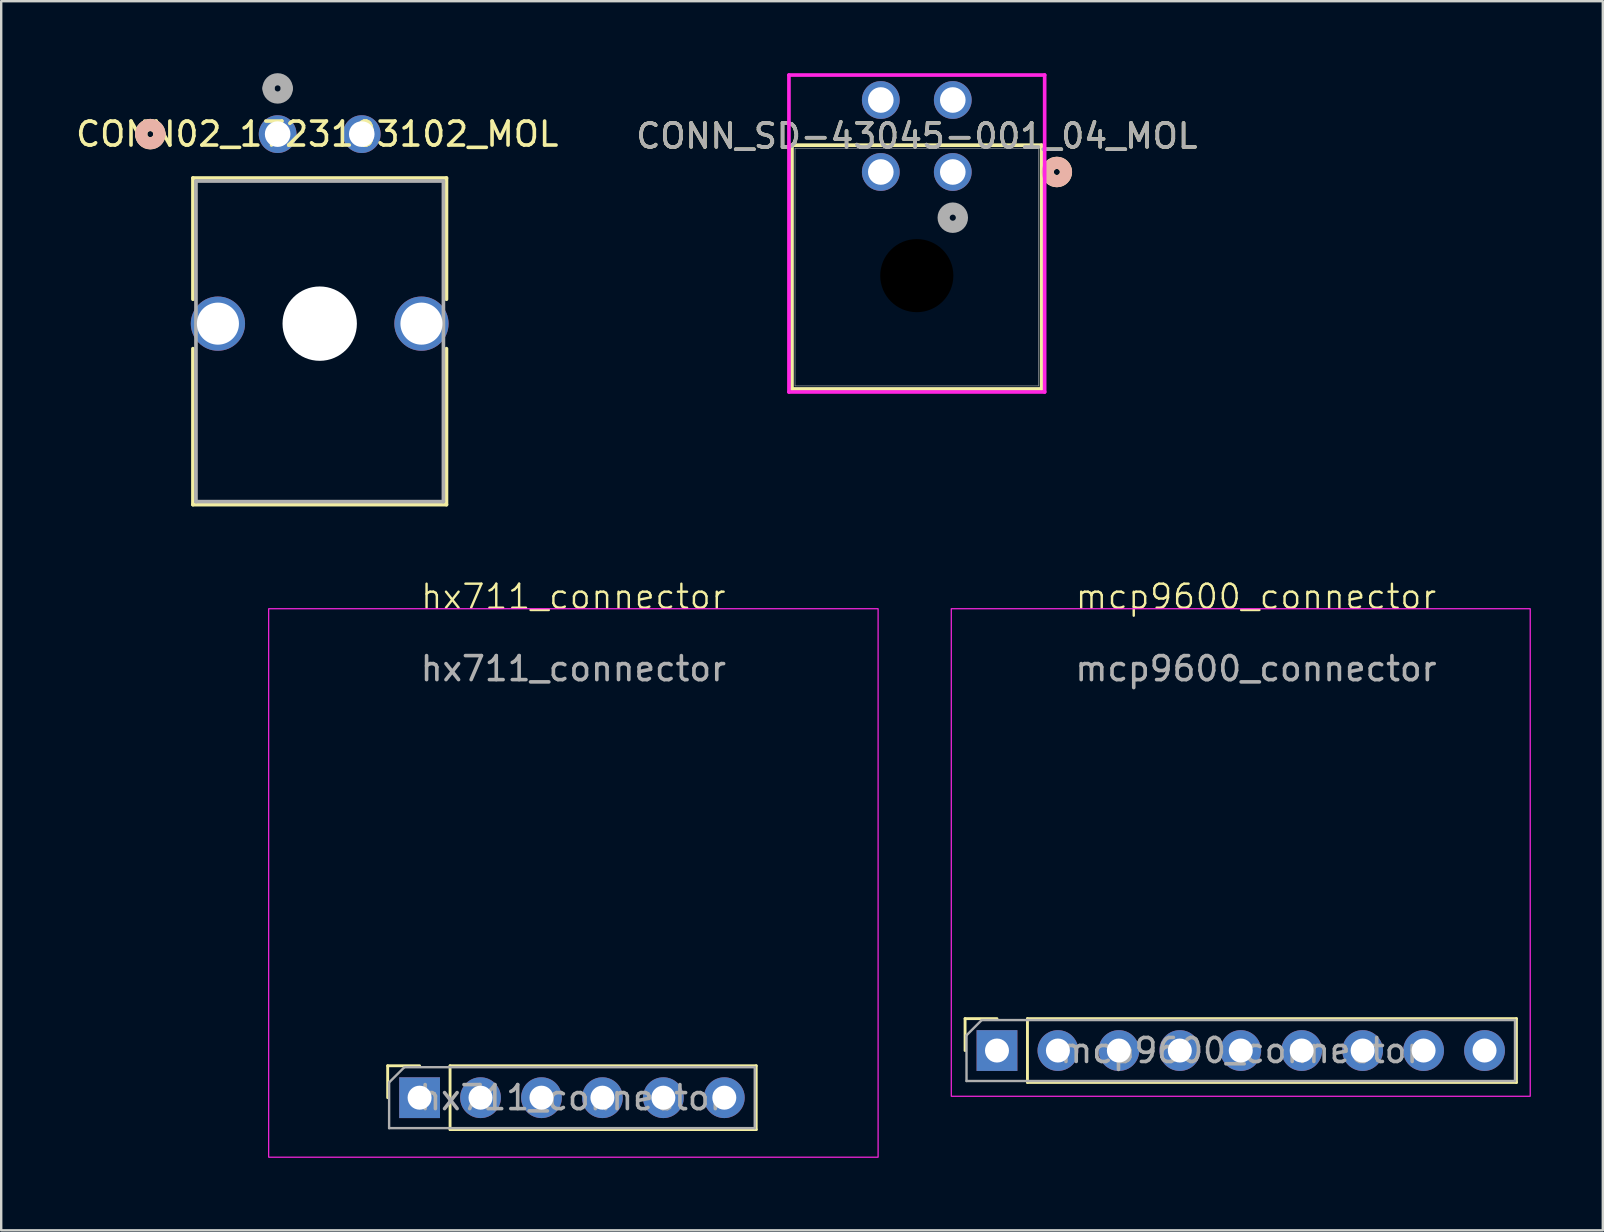
<source format=kicad_pcb>
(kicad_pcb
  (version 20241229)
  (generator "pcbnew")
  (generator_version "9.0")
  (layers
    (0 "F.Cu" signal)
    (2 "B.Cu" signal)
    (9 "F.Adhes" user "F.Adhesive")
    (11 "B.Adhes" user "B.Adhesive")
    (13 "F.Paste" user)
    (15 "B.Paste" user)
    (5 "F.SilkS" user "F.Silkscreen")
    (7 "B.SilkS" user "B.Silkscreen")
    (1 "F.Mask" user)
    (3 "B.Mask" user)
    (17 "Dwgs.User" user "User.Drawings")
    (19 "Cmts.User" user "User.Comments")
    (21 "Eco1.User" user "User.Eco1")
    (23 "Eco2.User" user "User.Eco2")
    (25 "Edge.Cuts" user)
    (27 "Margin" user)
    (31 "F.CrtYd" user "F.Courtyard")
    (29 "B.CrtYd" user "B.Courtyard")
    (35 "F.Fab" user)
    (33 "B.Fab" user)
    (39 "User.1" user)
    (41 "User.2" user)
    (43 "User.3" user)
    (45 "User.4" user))
  (footprint "CONN_SD-43045-001_04_MOL"
    (layer "F.Cu")
    (at 36.661 4.118)
    (property "Reference" "CONN_SD-43045-001_04_MOL" (at -1.5 -1.5 0) (unlocked yes) (layer "F.SilkS") (effects (font (size 1 1) (thickness 0.15))))
    (attr through_hole)
    (fp_line (start -6.702 -1.117) (end -6.702 9.043) (stroke (width 0.152) (type solid)) (layer "F.SilkS"))
    (fp_line (start -6.702 9.043) (end 3.702 9.043) (stroke (width 0.152) (type solid)) (layer "F.SilkS"))
    (fp_line (start 3.702 -1.117) (end -6.702 -1.117) (stroke (width 0.152) (type solid)) (layer "F.SilkS"))
    (fp_line (start 3.702 9.043) (end 3.702 -1.117) (stroke (width 0.152) (type solid)) (layer "F.SilkS"))
    (fp_circle (center 4.337 0) (end 4.718 0) (stroke (width 0.508) (type solid)) (fill no) (layer "F.SilkS"))
    (fp_circle (center 4.337 0) (end 4.718 0) (stroke (width 0.508) (type solid)) (fill no) (layer "B.SilkS"))
    (fp_line (start -6.829 -4.041) (end -6.829 9.17) (stroke (width 0.152) (type solid)) (layer "F.CrtYd"))
    (fp_line (start -6.829 9.17) (end 3.829 9.17) (stroke (width 0.152) (type solid)) (layer "F.CrtYd"))
    (fp_line (start 3.829 -4.041) (end -6.829 -4.041) (stroke (width 0.152) (type solid)) (layer "F.CrtYd"))
    (fp_line (start 3.829 9.17) (end 3.829 -4.041) (stroke (width 0.152) (type solid)) (layer "F.CrtYd"))
    (fp_line (start -6.575 -0.99) (end -6.575 8.916) (stroke (width 0.025) (type solid)) (layer "F.Fab"))
    (fp_line (start -6.575 8.916) (end 3.575 8.916) (stroke (width 0.025) (type solid)) (layer "F.Fab"))
    (fp_line (start 3.575 -0.99) (end -6.575 -0.99) (stroke (width 0.025) (type solid)) (layer "F.Fab"))
    (fp_line (start 3.575 8.916) (end 3.575 -0.99) (stroke (width 0.025) (type solid)) (layer "F.Fab"))
    (fp_circle (center 0 1.905) (end 0.381 1.905) (stroke (width 0.508) (type solid)) (fill no) (layer "F.Fab"))
    (fp_text user "${REFERENCE}" (at -1.5 -1.5 0) (unlocked yes) (layer "F.Fab") (effects (font (size 1 1) (thickness 0.15))))
    (pad "" np_thru_hole circle (at -1.5 4.32) (size 3.048 3.048) (drill 3.048) (layers))
    (pad "1" thru_hole circle (at 0 0) (size 1.575 1.575) (drill 1.067) (layers "*.Cu" "*.Mask"))
    (pad "2" thru_hole circle (at -3 0) (size 1.575 1.575) (drill 1.067) (layers "*.Cu" "*.Mask"))
    (pad "3" thru_hole circle (at 0 -3) (size 1.575 1.575) (drill 1.067) (layers "*.Cu" "*.Mask"))
    (pad "4" thru_hole circle (at -3 -3) (size 1.575 1.575) (drill 1.067) (layers "*.Cu" "*.Mask")))
  (footprint "hx711_connector"
    (layer "F.Cu")
    (at 20.848 22.32)
    (property "Reference" "hx711_connector" (at 0 -0.5 0) (unlocked yes) (layer "F.SilkS") (effects (font (size 1 1) (thickness 0.1))))
    (attr through_hole)
    (fp_line (start -7.74 19.05) (end -6.41 19.05) (stroke (width 0.12) (type solid)) (layer "F.SilkS"))
    (fp_line (start -7.74 20.38) (end -7.74 19.05) (stroke (width 0.12) (type solid)) (layer "F.SilkS"))
    (fp_line (start -5.14 19.05) (end 7.62 19.05) (stroke (width 0.12) (type solid)) (layer "F.SilkS"))
    (fp_line (start -5.14 21.71) (end -5.14 19.05) (stroke (width 0.12) (type solid)) (layer "F.SilkS"))
    (fp_line (start -5.14 21.71) (end 7.62 21.71) (stroke (width 0.12) (type solid)) (layer "F.SilkS"))
    (fp_line (start 7.62 21.71) (end 7.62 19.05) (stroke (width 0.12) (type solid)) (layer "F.SilkS"))
    (fp_rect (start -12.7 0) (end 12.7 22.86) (stroke (width 0.05) (type default)) (fill no) (layer "F.CrtYd"))
    (fp_line (start -7.68 19.745) (end -7.045 19.11) (stroke (width 0.1) (type solid)) (layer "F.Fab"))
    (fp_line (start -7.68 21.65) (end -7.68 19.745) (stroke (width 0.1) (type solid)) (layer "F.Fab"))
    (fp_line (start -7.045 19.11) (end 7.56 19.11) (stroke (width 0.1) (type solid)) (layer "F.Fab"))
    (fp_line (start 7.56 19.11) (end 7.56 21.65) (stroke (width 0.1) (type solid)) (layer "F.Fab"))
    (fp_line (start 7.56 21.65) (end -7.68 21.65) (stroke (width 0.1) (type solid)) (layer "F.Fab"))
    (fp_text user "${REFERENCE}" (at 0 2.5 0) (unlocked yes) (layer "F.Fab") (effects (font (size 1 1) (thickness 0.15))))
    (fp_text user "${REFERENCE}" (at -0.06 20.38 180) (layer "F.Fab") (effects (font (size 1 1) (thickness 0.15))))
    (dimension (type aligned) (layer "User.1") (pts (xy 14.498 42.64) (xy 14.498 45.18)) (height 8.89) (format (prefix "") (suffix "") (units 3) (units_format 1) (precision 4)) (style (thickness 0.1) (arrow_length 1.27) (text_position_mode 0) (arrow_direction outward) (extension_height 0.586) (extension_offset 0.5) (keep_text_aligned yes)) (gr_text "2.5400 mm" (at 4.458 43.91 90) (layer "User.1") (effects (font (size 1 1) (thickness 0.15)))))
    (pad "1" thru_hole rect (at -6.41 20.38 90) (size 1.7 1.7) (drill 1) (layers "*.Cu" "*.Mask"))
    (pad "2" thru_hole oval (at -3.87 20.38 90) (size 1.7 1.7) (drill 1) (layers "*.Cu" "*.Mask"))
    (pad "3" thru_hole oval (at -1.33 20.38 90) (size 1.7 1.7) (drill 1) (layers "*.Cu" "*.Mask"))
    (pad "4" thru_hole oval (at 1.21 20.38 90) (size 1.7 1.7) (drill 1) (layers "*.Cu" "*.Mask"))
    (pad "5" thru_hole oval (at 3.75 20.38 90) (size 1.7 1.7) (drill 1) (layers "*.Cu" "*.Mask"))
    (pad "6" thru_hole oval (at 6.29 20.38 90) (size 1.7 1.7) (drill 1) (layers "*.Cu" "*.Mask")))
  (footprint "mcp9600_connector"
    (layer "F.Cu")
    (at 49.298 22.32)
    (property "Reference" "mcp9600_connector" (at 0 -0.5 0) (unlocked yes) (layer "F.SilkS") (effects (font (size 1 1) (thickness 0.1))))
    (attr through_hole)
    (fp_line (start -12.125 17.085) (end -10.795 17.085) (stroke (width 0.12) (type solid)) (layer "F.SilkS"))
    (fp_line (start -12.125 18.415) (end -12.125 17.085) (stroke (width 0.12) (type solid)) (layer "F.SilkS"))
    (fp_line (start -9.525 17.085) (end 10.855 17.085) (stroke (width 0.12) (type solid)) (layer "F.SilkS"))
    (fp_line (start -9.525 19.745) (end -9.525 17.085) (stroke (width 0.12) (type solid)) (layer "F.SilkS"))
    (fp_line (start -9.525 19.745) (end 10.855 19.745) (stroke (width 0.12) (type solid)) (layer "F.SilkS"))
    (fp_line (start 10.855 19.745) (end 10.855 17.085) (stroke (width 0.12) (type solid)) (layer "F.SilkS"))
    (fp_rect (start -12.7 0) (end 11.43 20.32) (stroke (width 0.05) (type default)) (fill no) (layer "F.CrtYd"))
    (fp_line (start -12.065 17.78) (end -11.43 17.145) (stroke (width 0.1) (type solid)) (layer "F.Fab"))
    (fp_line (start -12.065 19.685) (end -12.065 17.78) (stroke (width 0.1) (type solid)) (layer "F.Fab"))
    (fp_line (start -11.43 17.145) (end 10.795 17.145) (stroke (width 0.1) (type solid)) (layer "F.Fab"))
    (fp_line (start 10.795 17.145) (end 10.795 19.685) (stroke (width 0.1) (type solid)) (layer "F.Fab"))
    (fp_line (start 10.795 19.685) (end -12.065 19.685) (stroke (width 0.1) (type solid)) (layer "F.Fab"))
    (fp_text user "${REFERENCE}" (at 0 2.5 0) (unlocked yes) (layer "F.Fab") (effects (font (size 1 1) (thickness 0.15))))
    (fp_text user "${REFERENCE}" (at -0.635 18.415 180) (layer "F.Fab") (effects (font (size 1 1) (thickness 0.15))))
    (pad "1" thru_hole rect (at -10.795 18.415 90) (size 1.7 1.7) (drill 1) (layers "*.Cu" "*.Mask"))
    (pad "2" thru_hole oval (at -8.255 18.415 90) (size 1.7 1.7) (drill 1) (layers "*.Cu" "*.Mask"))
    (pad "3" thru_hole oval (at -5.715 18.415 90) (size 1.7 1.7) (drill 1) (layers "*.Cu" "*.Mask"))
    (pad "4" thru_hole oval (at -3.175 18.415 90) (size 1.7 1.7) (drill 1) (layers "*.Cu" "*.Mask"))
    (pad "5" thru_hole oval (at -0.635 18.415 90) (size 1.7 1.7) (drill 1) (layers "*.Cu" "*.Mask"))
    (pad "6" thru_hole oval (at 1.905 18.415 90) (size 1.7 1.7) (drill 1) (layers "*.Cu" "*.Mask"))
    (pad "7" thru_hole oval (at 4.445 18.415 90) (size 1.7 1.7) (drill 1) (layers "*.Cu" "*.Mask"))
    (pad "8" thru_hole oval (at 6.985 18.415 90) (size 1.7 1.7) (drill 1) (layers "*.Cu" "*.Mask"))
    (pad "9" thru_hole oval (at 9.525 18.415 90) (size 1.7 1.7) (drill 1) (layers "*.Cu" "*.Mask")))
  (footprint "CONN02_1723103102_MOL"
    (layer "F.Cu")
    (at 8.522 2.54)
    (property "Reference" "CONN02_1723103102_MOL" (at 1.651 0 0) (layer "F.SilkS") (effects (font (size 1 1) (thickness 0.15))))
    (attr through_hole)
    (fp_line (start -3.531 1.829) (end -3.531 6.883) (stroke (width 0.152) (type solid)) (layer "F.SilkS"))
    (fp_line (start -3.531 8.941) (end -3.531 15.443) (stroke (width 0.152) (type solid)) (layer "F.SilkS"))
    (fp_line (start -3.531 15.443) (end 7.036 15.443) (stroke (width 0.152) (type solid)) (layer "F.SilkS"))
    (fp_line (start 7.036 1.829) (end -3.531 1.829) (stroke (width 0.152) (type solid)) (layer "F.SilkS"))
    (fp_line (start 7.036 6.883) (end 7.036 1.829) (stroke (width 0.152) (type solid)) (layer "F.SilkS"))
    (fp_line (start 7.036 15.443) (end 7.036 8.941) (stroke (width 0.152) (type solid)) (layer "F.SilkS"))
    (fp_arc (start -5.6896 0) (mid -5.3086 -0.381) (end -4.9276 0) (stroke (width 0.508) (type solid)) (layer "F.SilkS"))
    (fp_arc (start -4.9276 0) (mid -5.3086 0.381) (end -5.6896 0) (stroke (width 0.508) (type solid)) (layer "F.SilkS"))
    (fp_arc (start -5.6896 0) (mid -5.3086 -0.381) (end -4.9276 0) (stroke (width 0.508) (type solid)) (layer "B.SilkS"))
    (fp_arc (start -4.9276 0) (mid -5.3086 0.381) (end -5.6896 0) (stroke (width 0.508) (type solid)) (layer "B.SilkS"))
    (fp_line (start -3.404 1.956) (end -3.404 15.316) (stroke (width 0.152) (type solid)) (layer "F.Fab"))
    (fp_line (start -3.404 15.316) (end 6.909 15.316) (stroke (width 0.152) (type solid)) (layer "F.Fab"))
    (fp_line (start 6.909 1.956) (end -3.404 1.956) (stroke (width 0.152) (type solid)) (layer "F.Fab"))
    (fp_line (start 6.909 15.316) (end 6.909 1.956) (stroke (width 0.152) (type solid)) (layer "F.Fab"))
    (fp_arc (start -0.381 -1.905) (mid 0 -2.286) (end 0.381 -1.905) (stroke (width 0.508) (type solid)) (layer "F.Fab"))
    (fp_arc (start 0.381 -1.905) (mid 0 -1.524) (end -0.381 -1.905) (stroke (width 0.508) (type solid)) (layer "F.Fab"))
    (pad "" np_thru_hole circle (at 1.753 7.899) (size 3.099 3.099) (drill 3.099) (layers "*.Cu" "*.Mask"))
    (pad "1" thru_hole circle (at 0 0) (size 1.575 1.575) (drill 1.067) (layers "*.Cu" "*.Mask"))
    (pad "2" thru_hole circle (at 3.505 0) (size 1.575 1.575) (drill 1.067) (layers "*.Cu" "*.Mask"))
    (pad "4" thru_hole circle (at -2.489 7.899) (size 2.261 2.261) (drill 1.753) (layers "*.Cu" "*.Mask"))
    (pad "5" thru_hole circle (at 5.994 7.899) (size 2.261 2.261) (drill 1.753) (layers "*.Cu" "*.Mask")))
  (gr_rect
    (start -3 -3)
    (end 63.753 48.23)
    (stroke (width 0.1) (type default))
    (fill no)
    (layer "Edge.Cuts")))
</source>
